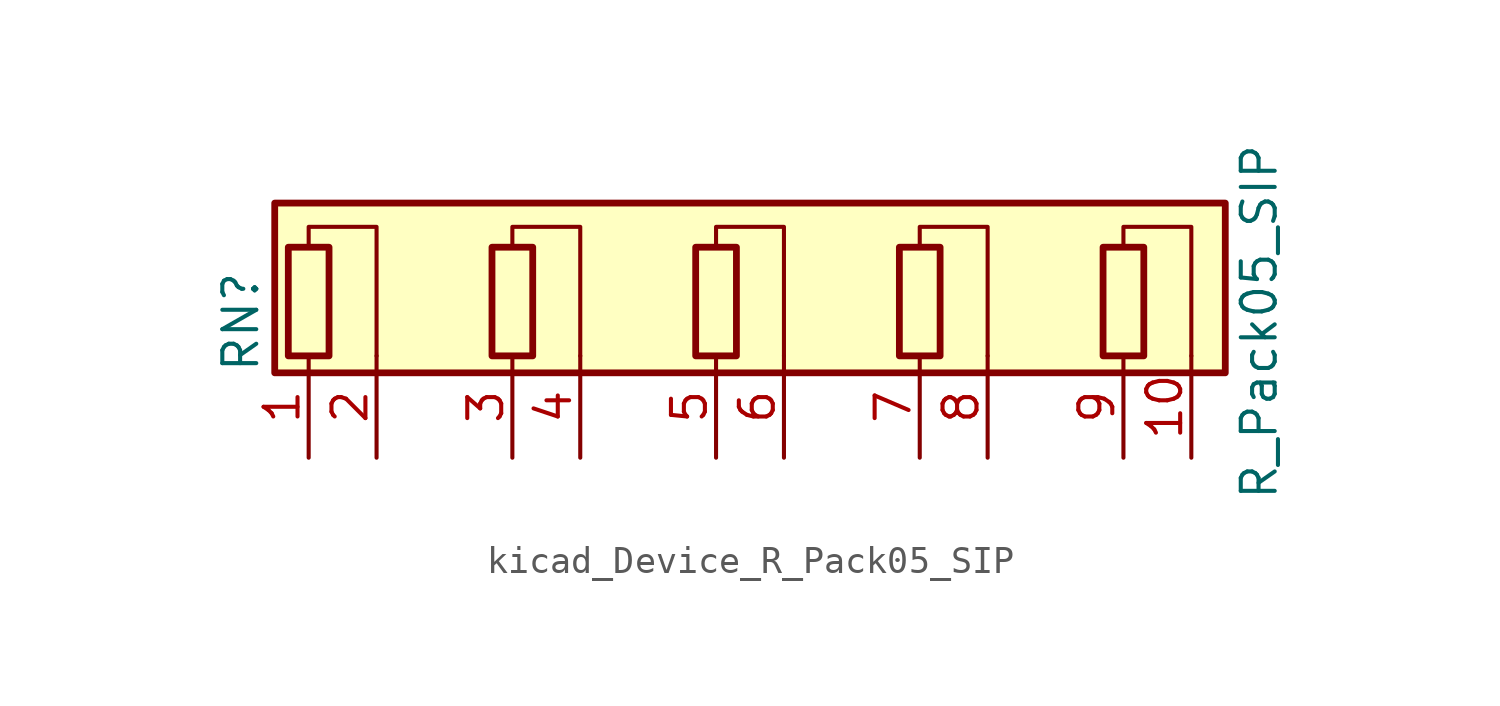
<source format=kicad_sym>
(kicad_symbol_lib
  (version 20220914)
  (generator kicad_symbol_editor)
  (symbol "kicad_Device_R_Pack05_SIP"
    (pin_names
      (offset 0) hide)
    (property "Reference" "RN"
      (at -17.78 0 90)
      (effects (font (size 1.27 1.27))))
    (property "Value" "R_Pack05_SIP"
      (at 20.32 0 90)
      (effects (font (size 1.27 1.27))))
    (symbol "kicad_Device_R_Pack05_SIP_0_1"
      (rectangle (start -16.51 -1.905) (end 19.05 4.445) (stroke (width 0.254) (type default)) (fill (type background)))
      (rectangle (start -16.002 2.794) (end -14.478 -1.27) (stroke (width 0.254) (type default)) (fill (type none)))
      (rectangle (start -8.382 2.794) (end -6.858 -1.27) (stroke (width 0.254) (type default)) (fill (type none)))
      (rectangle (start -0.762 2.794) (end 0.762 -1.27) (stroke (width 0.254) (type default)) (fill (type none)))
      (polyline (pts (xy -15.24 2.794) (xy -15.24 3.556) (xy -12.7 3.556) (xy -12.7 -1.27)) (stroke (width 0) (type default)) (fill (type none)))
      (polyline (pts (xy -7.62 2.794) (xy -7.62 3.556) (xy -5.08 3.556) (xy -5.08 -1.27)) (stroke (width 0) (type default)) (fill (type none)))
      (polyline (pts (xy 0 2.794) (xy 0 3.556) (xy 2.54 3.556) (xy 2.54 -1.27)) (stroke (width 0) (type default)) (fill (type none)))
      (polyline (pts (xy 7.62 2.794) (xy 7.62 3.556) (xy 10.16 3.556) (xy 10.16 -1.27)) (stroke (width 0) (type default)) (fill (type none)))
      (polyline (pts (xy 15.24 2.794) (xy 15.24 3.556) (xy 17.78 3.556) (xy 17.78 -1.27)) (stroke (width 0) (type default)) (fill (type none)))
      (rectangle (start 6.858 2.794) (end 8.382 -1.27) (stroke (width 0.254) (type default)) (fill (type none)))
      (rectangle (start 14.478 2.794) (end 16.002 -1.27) (stroke (width 0.254) (type default)) (fill (type none))))
    (symbol "kicad_Device_R_Pack05_SIP_1_1"
      (pin passive line (at -15.24 -5.08 90) (length 3.81) (name "R1.1" (effects (font (size 1.27 1.27)))) (number "1" (effects (font (size 1.27 1.27)))))
      (pin passive line (at 17.78 -5.08 90) (length 3.81) (name "R5.2" (effects (font (size 1.27 1.27)))) (number "10" (effects (font (size 1.27 1.27)))))
      (pin passive line (at -12.7 -5.08 90) (length 3.81) (name "R1.2" (effects (font (size 1.27 1.27)))) (number "2" (effects (font (size 1.27 1.27)))))
      (pin passive line (at -7.62 -5.08 90) (length 3.81) (name "R2.1" (effects (font (size 1.27 1.27)))) (number "3" (effects (font (size 1.27 1.27)))))
      (pin passive line (at -5.08 -5.08 90) (length 3.81) (name "R2.2" (effects (font (size 1.27 1.27)))) (number "4" (effects (font (size 1.27 1.27)))))
      (pin passive line (at 0 -5.08 90) (length 3.81) (name "R3.1" (effects (font (size 1.27 1.27)))) (number "5" (effects (font (size 1.27 1.27)))))
      (pin passive line (at 2.54 -5.08 90) (length 3.81) (name "R3.2" (effects (font (size 1.27 1.27)))) (number "6" (effects (font (size 1.27 1.27)))))
      (pin passive line (at 7.62 -5.08 90) (length 3.81) (name "R4.1" (effects (font (size 1.27 1.27)))) (number "7" (effects (font (size 1.27 1.27)))))
      (pin passive line (at 10.16 -5.08 90) (length 3.81) (name "R4.2" (effects (font (size 1.27 1.27)))) (number "8" (effects (font (size 1.27 1.27)))))
      (pin passive line (at 15.24 -5.08 90) (length 3.81) (name "R5.1" (effects (font (size 1.27 1.27)))) (number "9" (effects (font (size 1.27 1.27))))))))
</source>
